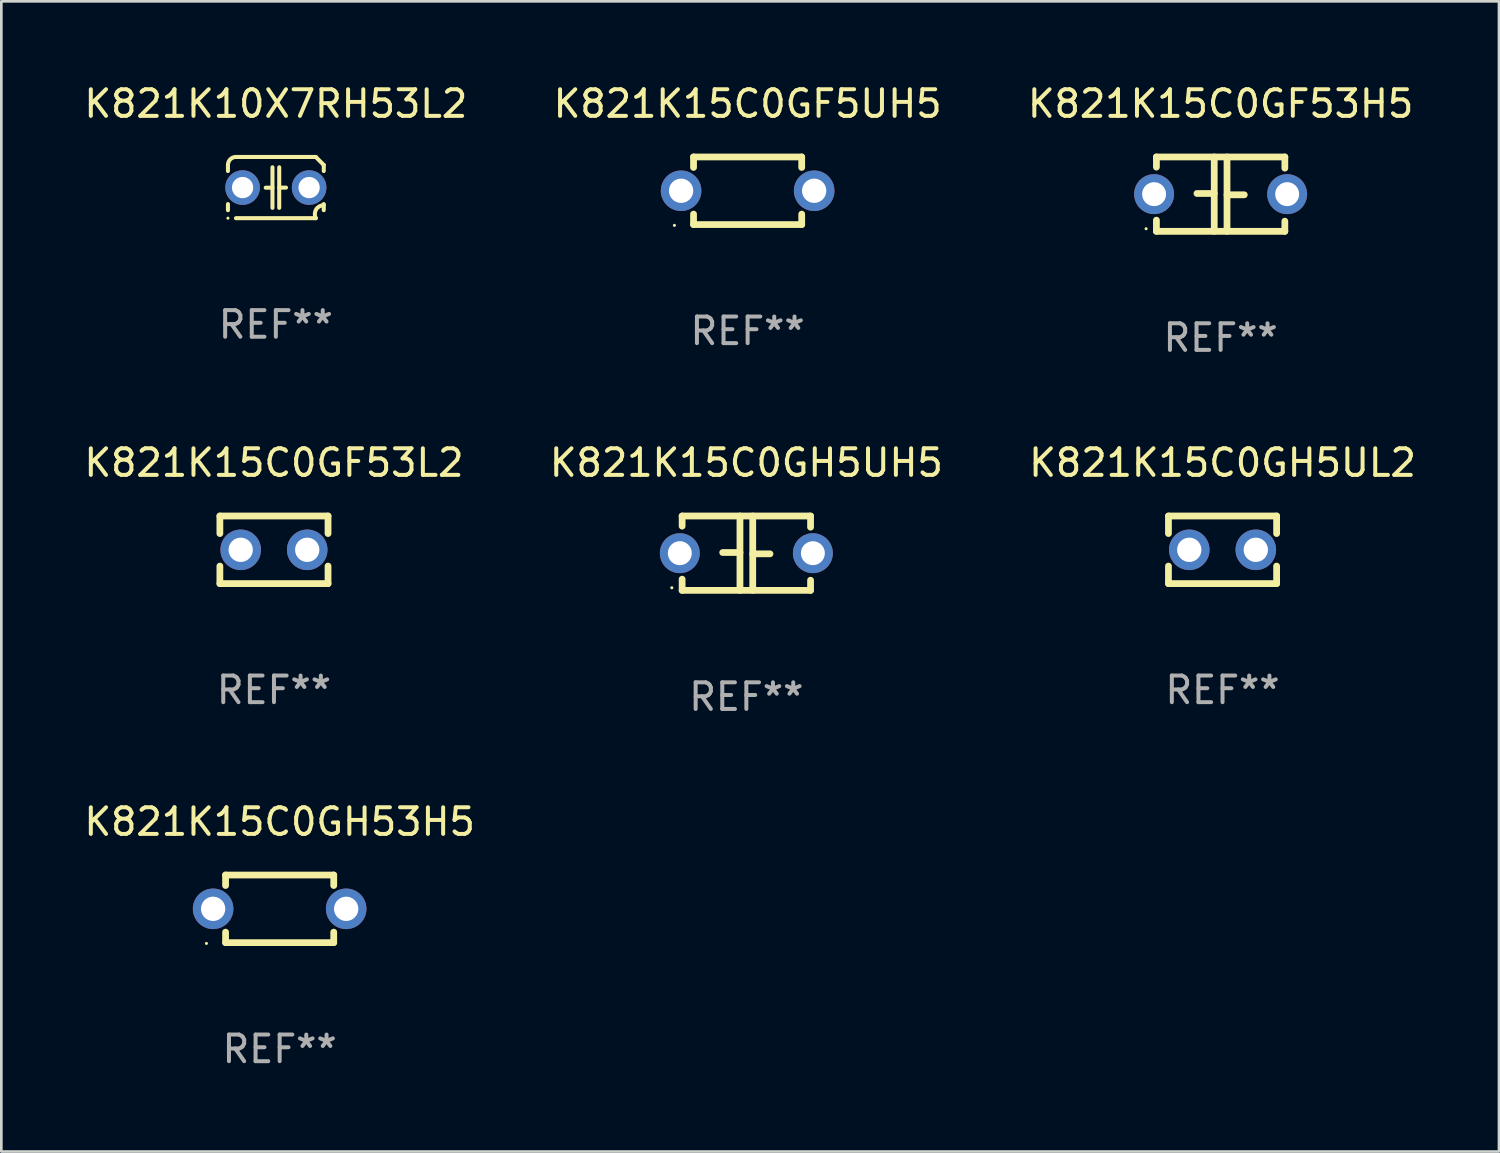
<source format=kicad_pcb>
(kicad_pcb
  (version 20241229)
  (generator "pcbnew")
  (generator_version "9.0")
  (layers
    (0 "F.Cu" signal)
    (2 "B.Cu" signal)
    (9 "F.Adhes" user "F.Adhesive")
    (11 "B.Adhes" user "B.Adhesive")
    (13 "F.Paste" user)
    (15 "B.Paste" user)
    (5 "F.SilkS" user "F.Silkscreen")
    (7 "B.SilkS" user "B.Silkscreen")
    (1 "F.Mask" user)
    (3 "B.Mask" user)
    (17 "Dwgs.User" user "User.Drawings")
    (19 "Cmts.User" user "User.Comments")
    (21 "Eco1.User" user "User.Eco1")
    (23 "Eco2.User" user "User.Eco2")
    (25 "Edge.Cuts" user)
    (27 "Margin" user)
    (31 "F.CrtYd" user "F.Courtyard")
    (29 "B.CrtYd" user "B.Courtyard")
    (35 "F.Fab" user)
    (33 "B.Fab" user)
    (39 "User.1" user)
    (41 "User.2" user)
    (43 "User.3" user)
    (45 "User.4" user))
  (footprint "K821K15C0GF5UH5"
    (layer "F.Cu")
    (at 25.042 4.118)
    (property "Reference" "K821K15C0GF5UH5" (at 0 -3.27 0) (layer "F.SilkS") (effects (font (size 1 1) (thickness 0.15))))
    (attr through_hole)
    (fp_line (start -2.032 -1.27) (end -2.032 -0.876) (stroke (width 0.254) (type solid)) (layer "F.SilkS"))
    (fp_line (start -2.032 0.876) (end -2.032 1.27) (stroke (width 0.254) (type solid)) (layer "F.SilkS"))
    (fp_line (start -2.032 1.27) (end 2.032 1.27) (stroke (width 0.254) (type solid)) (layer "F.SilkS"))
    (fp_line (start 2.032 -1.27) (end -2.032 -1.27) (stroke (width 0.254) (type solid)) (layer "F.SilkS"))
    (fp_line (start 2.032 -0.876) (end 2.032 -1.27) (stroke (width 0.254) (type solid)) (layer "F.SilkS"))
    (fp_line (start 2.032 1.27) (end 2.032 0.876) (stroke (width 0.254) (type solid)) (layer "F.SilkS"))
    (fp_circle (center -2.751 1.3) (end -2.721 1.3) (stroke (width 0.06) (type solid)) (fill no) (layer "F.SilkS"))
    (fp_text user "REF**" (at 0 5.27 0) (layer "F.Fab") (effects (font (size 1 1) (thickness 0.15))))
    (pad "1" thru_hole circle (at -2.5 0) (size 1.524 1.524) (drill 0.914) (layers "*.Cu" "*.Mask"))
    (pad "2" thru_hole circle (at 2.5 0) (size 1.524 1.524) (drill 0.914) (layers "*.Cu" "*.Mask")))
  (footprint "K821K15C0GF53L2"
    (layer "F.Cu")
    (at 7.244 17.609)
    (property "Reference" "K821K15C0GF53L2" (at 0 -3.27 0) (layer "F.SilkS") (effects (font (size 1 1) (thickness 0.15))))
    (attr through_hole)
    (fp_line (start -2.032 -1.27) (end -2.032 -0.611) (stroke (width 0.254) (type solid)) (layer "F.SilkS"))
    (fp_line (start -2.032 0.611) (end -2.032 1.27) (stroke (width 0.254) (type solid)) (layer "F.SilkS"))
    (fp_line (start -2.032 1.27) (end 2.032 1.27) (stroke (width 0.254) (type solid)) (layer "F.SilkS"))
    (fp_line (start 2.032 -1.27) (end -2.032 -1.27) (stroke (width 0.254) (type solid)) (layer "F.SilkS"))
    (fp_line (start 2.032 -0.611) (end 2.032 -1.27) (stroke (width 0.254) (type solid)) (layer "F.SilkS"))
    (fp_line (start 2.032 1.27) (end 2.032 0.611) (stroke (width 0.254) (type solid)) (layer "F.SilkS"))
    (fp_circle (center -2 1.3) (end -1.97 1.3) (stroke (width 0.06) (type solid)) (fill no) (layer "F.SilkS"))
    (fp_text user "REF**" (at 0 5.27 0) (layer "F.Fab") (effects (font (size 1 1) (thickness 0.15))))
    (pad "1" thru_hole circle (at -1.25 0) (size 1.524 1.524) (drill 0.914) (layers "*.Cu" "*.Mask"))
    (pad "2" thru_hole circle (at 1.25 0) (size 1.524 1.524) (drill 0.914) (layers "*.Cu" "*.Mask")))
  (footprint "K821K10X7RH53L2"
    (layer "F.Cu")
    (at 7.315 3.998)
    (property "Reference" "K821K10X7RH53L2" (at 0 -3.15 0) (layer "F.SilkS") (effects (font (size 1 1) (thickness 0.15))))
    (attr through_hole)
    (fp_line (start -1.8 -0.621) (end -1.8 -0.85) (stroke (width 0.152) (type solid)) (layer "F.SilkS"))
    (fp_line (start -1.8 0.85) (end -1.8 0.621) (stroke (width 0.152) (type solid)) (layer "F.SilkS"))
    (fp_line (start -1.5 -1.15) (end 1.5 -1.15) (stroke (width 0.152) (type solid)) (layer "F.SilkS"))
    (fp_line (start -0.127 -0.762) (end -0.127 0.762) (stroke (width 0.152) (type solid)) (layer "F.SilkS"))
    (fp_line (start -0.127 0.005) (end -0.381 0.005) (stroke (width 0.152) (type solid)) (layer "F.SilkS"))
    (fp_line (start 0.127 -0.762) (end 0.127 0.762) (stroke (width 0.152) (type solid)) (layer "F.SilkS"))
    (fp_line (start 0.127 0.002) (end 0.381 0.002) (stroke (width 0.152) (type solid)) (layer "F.SilkS"))
    (fp_line (start 1.5 1.15) (end -1.5 1.15) (stroke (width 0.152) (type solid)) (layer "F.SilkS"))
    (fp_line (start 1.8 -0.85) (end 1.8 -0.621) (stroke (width 0.152) (type solid)) (layer "F.SilkS"))
    (fp_line (start 1.8 0.621) (end 1.8 0.85) (stroke (width 0.152) (type solid)) (layer "F.SilkS"))
    (fp_arc (start -1.799975 -0.849987) (mid -1.712107 -1.062119) (end -1.499975 -1.149987) (stroke (width 0.151994) (type solid)) (layer "F.SilkS"))
    (fp_arc (start 1.499975 1.149987) (mid 1.513726 0.822359) (end 1.799975 0.662387) (stroke (width 0.151994) (type solid)) (layer "F.SilkS"))
    (fp_arc (start 1.500001 -1.149986) (mid 1.650015 -1.000001) (end 1.8 -0.849987) (stroke (width 0.151994) (type solid)) (layer "F.SilkS"))
    (fp_circle (center -1.8 1.15) (end -1.77 1.15) (stroke (width 0.06) (type solid)) (fill no) (layer "F.SilkS"))
    (fp_text user "REF**" (at 0 5.15 0) (layer "F.Fab") (effects (font (size 1 1) (thickness 0.15))))
    (pad "1" thru_hole circle (at -1.25 0) (size 1.3 1.3) (drill 0.8) (layers "*.Cu" "*.Mask"))
    (pad "2" thru_hole circle (at 1.25 0) (size 1.3 1.3) (drill 0.8) (layers "*.Cu" "*.Mask")))
  (footprint "K821K15C0GH5UH5"
    (layer "F.Cu")
    (at 24.994 17.736)
    (property "Reference" "K821K15C0GH5UH5" (at 0 -3.397 0) (layer "F.SilkS") (effects (font (size 1 1) (thickness 0.15))))
    (attr through_hole)
    (fp_line (start -2.413 -1.397) (end 2.413 -1.397) (stroke (width 0.254) (type solid)) (layer "F.SilkS"))
    (fp_line (start -2.413 -1.016) (end -2.413 -1.397) (stroke (width 0.254) (type solid)) (layer "F.SilkS"))
    (fp_line (start -2.413 0.977) (end -2.413 1.397) (stroke (width 0.254) (type solid)) (layer "F.SilkS"))
    (fp_line (start -0.24 -0.025) (end -0.889 -0.025) (stroke (width 0.254) (type solid)) (layer "F.SilkS"))
    (fp_line (start -0.24 1.397) (end -0.24 -1.397) (stroke (width 0.254) (type solid)) (layer "F.SilkS"))
    (fp_line (start 0.24 -1.397) (end 0.24 1.397) (stroke (width 0.254) (type solid)) (layer "F.SilkS"))
    (fp_line (start 0.24 0.025) (end 0.889 0.025) (stroke (width 0.254) (type solid)) (layer "F.SilkS"))
    (fp_line (start 2.413 -0.977) (end 2.413 -1.397) (stroke (width 0.254) (type solid)) (layer "F.SilkS"))
    (fp_line (start 2.413 1.016) (end 2.413 1.397) (stroke (width 0.254) (type solid)) (layer "F.SilkS"))
    (fp_line (start 2.413 1.397) (end -2.413 1.397) (stroke (width 0.254) (type solid)) (layer "F.SilkS"))
    (fp_circle (center -2.8 1.3) (end -2.77 1.3) (stroke (width 0.06) (type solid)) (fill no) (layer "F.SilkS"))
    (fp_text user "REF**" (at 0 5.397 0) (layer "F.Fab") (effects (font (size 1 1) (thickness 0.15))))
    (pad "1" thru_hole circle (at -2.5 0) (size 1.5 1.5) (drill 0.9) (layers "*.Cu" "*.Mask"))
    (pad "2" thru_hole circle (at 2.5 0) (size 1.5 1.5) (drill 0.9) (layers "*.Cu" "*.Mask")))
  (footprint "K821K15C0GF53H5"
    (layer "F.Cu")
    (at 42.815 4.245)
    (property "Reference" "K821K15C0GF53H5" (at 0 -3.397 0) (layer "F.SilkS") (effects (font (size 1 1) (thickness 0.15))))
    (attr through_hole)
    (fp_line (start -2.413 -1.397) (end 2.413 -1.397) (stroke (width 0.254) (type solid)) (layer "F.SilkS"))
    (fp_line (start -2.413 -1.016) (end -2.413 -1.397) (stroke (width 0.254) (type solid)) (layer "F.SilkS"))
    (fp_line (start -2.413 0.977) (end -2.413 1.397) (stroke (width 0.254) (type solid)) (layer "F.SilkS"))
    (fp_line (start -0.24 -0.025) (end -0.889 -0.025) (stroke (width 0.254) (type solid)) (layer "F.SilkS"))
    (fp_line (start -0.24 1.397) (end -0.24 -1.397) (stroke (width 0.254) (type solid)) (layer "F.SilkS"))
    (fp_line (start 0.24 -1.397) (end 0.24 1.397) (stroke (width 0.254) (type solid)) (layer "F.SilkS"))
    (fp_line (start 0.24 0.025) (end 0.889 0.025) (stroke (width 0.254) (type solid)) (layer "F.SilkS"))
    (fp_line (start 2.413 -0.977) (end 2.413 -1.397) (stroke (width 0.254) (type solid)) (layer "F.SilkS"))
    (fp_line (start 2.413 1.016) (end 2.413 1.397) (stroke (width 0.254) (type solid)) (layer "F.SilkS"))
    (fp_line (start 2.413 1.397) (end -2.413 1.397) (stroke (width 0.254) (type solid)) (layer "F.SilkS"))
    (fp_circle (center -2.8 1.3) (end -2.77 1.3) (stroke (width 0.06) (type solid)) (fill no) (layer "F.SilkS"))
    (fp_text user "REF**" (at 0 5.397 0) (layer "F.Fab") (effects (font (size 1 1) (thickness 0.15))))
    (pad "1" thru_hole circle (at -2.5 0) (size 1.5 1.5) (drill 0.9) (layers "*.Cu" "*.Mask"))
    (pad "2" thru_hole circle (at 2.5 0) (size 1.5 1.5) (drill 0.9) (layers "*.Cu" "*.Mask")))
  (footprint "K821K15C0GH5UL2"
    (layer "F.Cu")
    (at 42.887 17.609)
    (property "Reference" "K821K15C0GH5UL2" (at 0 -3.27 0) (layer "F.SilkS") (effects (font (size 1 1) (thickness 0.15))))
    (attr through_hole)
    (fp_line (start -2.032 -1.27) (end -2.032 -0.611) (stroke (width 0.254) (type solid)) (layer "F.SilkS"))
    (fp_line (start -2.032 0.611) (end -2.032 1.27) (stroke (width 0.254) (type solid)) (layer "F.SilkS"))
    (fp_line (start -2.032 1.27) (end 2.032 1.27) (stroke (width 0.254) (type solid)) (layer "F.SilkS"))
    (fp_line (start 2.032 -1.27) (end -2.032 -1.27) (stroke (width 0.254) (type solid)) (layer "F.SilkS"))
    (fp_line (start 2.032 -0.611) (end 2.032 -1.27) (stroke (width 0.254) (type solid)) (layer "F.SilkS"))
    (fp_line (start 2.032 1.27) (end 2.032 0.611) (stroke (width 0.254) (type solid)) (layer "F.SilkS"))
    (fp_circle (center -2 1.3) (end -1.97 1.3) (stroke (width 0.06) (type solid)) (fill no) (layer "F.SilkS"))
    (fp_text user "REF**" (at 0 5.27 0) (layer "F.Fab") (effects (font (size 1 1) (thickness 0.15))))
    (pad "1" thru_hole circle (at -1.25 0) (size 1.524 1.524) (drill 0.914) (layers "*.Cu" "*.Mask"))
    (pad "2" thru_hole circle (at 1.25 0) (size 1.524 1.524) (drill 0.914) (layers "*.Cu" "*.Mask")))
  (footprint "K821K15C0GH53H5"
    (layer "F.Cu")
    (at 7.458 31.099)
    (property "Reference" "K821K15C0GH53H5" (at 0 -3.27 0) (layer "F.SilkS") (effects (font (size 1 1) (thickness 0.15))))
    (attr through_hole)
    (fp_line (start -2.032 -1.27) (end -2.032 -0.876) (stroke (width 0.254) (type solid)) (layer "F.SilkS"))
    (fp_line (start -2.032 0.876) (end -2.032 1.27) (stroke (width 0.254) (type solid)) (layer "F.SilkS"))
    (fp_line (start -2.032 1.27) (end 2.032 1.27) (stroke (width 0.254) (type solid)) (layer "F.SilkS"))
    (fp_line (start 2.032 -1.27) (end -2.032 -1.27) (stroke (width 0.254) (type solid)) (layer "F.SilkS"))
    (fp_line (start 2.032 -0.876) (end 2.032 -1.27) (stroke (width 0.254) (type solid)) (layer "F.SilkS"))
    (fp_line (start 2.032 1.27) (end 2.032 0.876) (stroke (width 0.254) (type solid)) (layer "F.SilkS"))
    (fp_circle (center -2.751 1.3) (end -2.721 1.3) (stroke (width 0.06) (type solid)) (fill no) (layer "F.SilkS"))
    (fp_text user "REF**" (at 0 5.27 0) (layer "F.Fab") (effects (font (size 1 1) (thickness 0.15))))
    (pad "1" thru_hole circle (at -2.5 0) (size 1.524 1.524) (drill 0.914) (layers "*.Cu" "*.Mask"))
    (pad "2" thru_hole circle (at 2.5 0) (size 1.524 1.524) (drill 0.914) (layers "*.Cu" "*.Mask")))
  (gr_rect
    (start -3 -3)
    (end 53.274 40.218)
    (stroke (width 0.1) (type default))
    (fill no)
    (layer "Edge.Cuts")))
</source>
